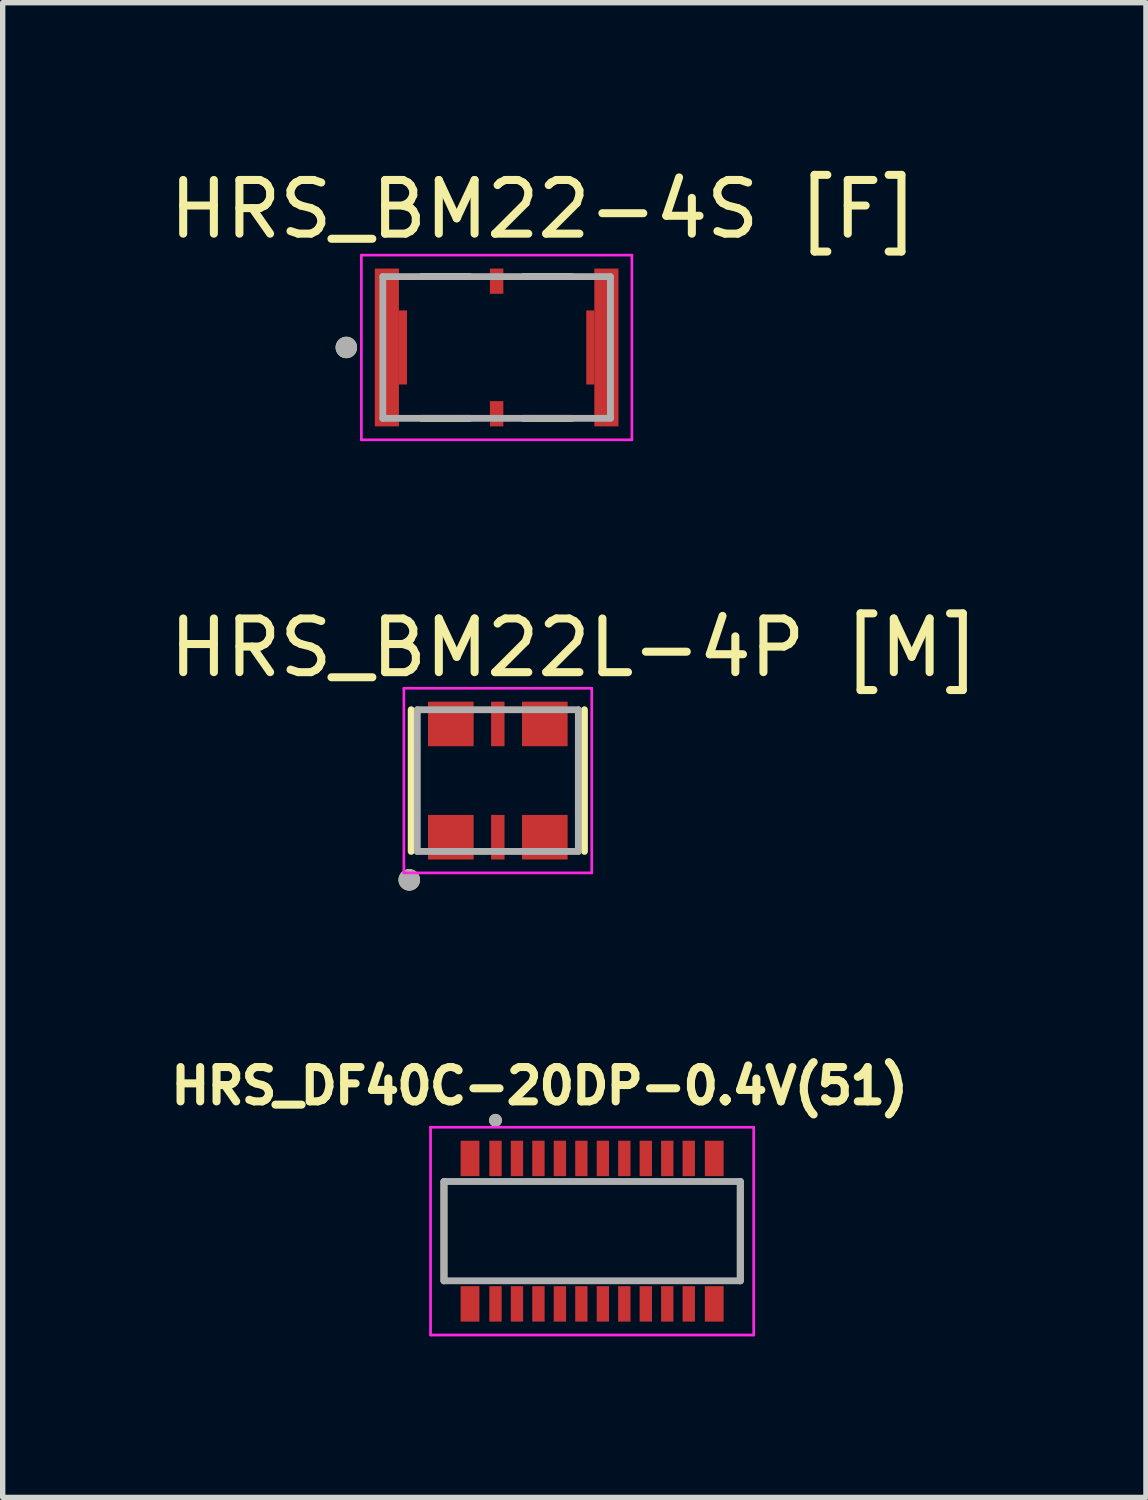
<source format=kicad_pcb>
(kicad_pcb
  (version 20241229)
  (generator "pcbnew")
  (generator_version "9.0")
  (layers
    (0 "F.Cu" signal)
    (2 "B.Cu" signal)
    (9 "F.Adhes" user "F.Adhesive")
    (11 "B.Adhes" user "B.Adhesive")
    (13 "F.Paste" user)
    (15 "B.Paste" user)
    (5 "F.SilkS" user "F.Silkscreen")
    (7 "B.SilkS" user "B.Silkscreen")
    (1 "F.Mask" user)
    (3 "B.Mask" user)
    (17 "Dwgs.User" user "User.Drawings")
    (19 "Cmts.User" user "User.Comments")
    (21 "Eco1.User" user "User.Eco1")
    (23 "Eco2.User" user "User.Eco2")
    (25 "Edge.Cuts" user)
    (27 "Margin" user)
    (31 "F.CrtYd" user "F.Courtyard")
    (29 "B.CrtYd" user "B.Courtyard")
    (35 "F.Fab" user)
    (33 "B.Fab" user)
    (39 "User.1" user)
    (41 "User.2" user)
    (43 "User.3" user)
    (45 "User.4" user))
  (footprint "HRS_BM22L-4P [M]"
    (layer "F.Cu")
    (at 6.224 11.492)
    (property "Reference" "HRS_BM22L-4P [M]" (at 1.425 -2.475 0) (layer "F.SilkS") (effects (font (size 1 1) (thickness 0.15))))
    (attr through_hole)
    (fp_line (start -1.614 1.32) (end -1.614 -1.32) (stroke (width 0.127) (type solid)) (layer "F.SilkS"))
    (fp_line (start 1.614 1.32) (end 1.614 -1.32) (stroke (width 0.127) (type solid)) (layer "F.SilkS"))
    (fp_circle (center -1.65 1.85) (end -1.55 1.85) (stroke (width 0.2) (type solid)) (fill no) (layer "F.SilkS"))
    (fp_poly (pts (xy -1.3 -1.47) (xy -0.45 -1.47) (xy -0.45 -0.89) (xy -1.3 -0.89)) (stroke (width 0.01) (type solid)) (fill yes) (layer "F.Paste"))
    (fp_poly (pts (xy -1.3 0.89) (xy -0.45 0.89) (xy -0.45 1.47) (xy -1.3 1.47)) (stroke (width 0.01) (type solid)) (fill yes) (layer "F.Paste"))
    (fp_poly (pts (xy -0.125 -1.47) (xy 0.125 -1.47) (xy 0.125 -0.89) (xy -0.125 -0.89)) (stroke (width 0.01) (type solid)) (fill yes) (layer "F.Paste"))
    (fp_poly (pts (xy -0.125 0.89) (xy 0.125 0.89) (xy 0.125 1.47) (xy -0.125 1.47)) (stroke (width 0.01) (type solid)) (fill yes) (layer "F.Paste"))
    (fp_poly (pts (xy 0.45 -1.47) (xy 1.3 -1.47) (xy 1.3 -0.89) (xy 0.45 -0.89)) (stroke (width 0.01) (type solid)) (fill yes) (layer "F.Paste"))
    (fp_poly (pts (xy 0.45 0.89) (xy 1.3 0.89) (xy 1.3 1.47) (xy 0.45 1.47)) (stroke (width 0.01) (type solid)) (fill yes) (layer "F.Paste"))
    (fp_line (start -1.75 -1.72) (end 1.75 -1.72) (stroke (width 0.05) (type solid)) (layer "F.CrtYd"))
    (fp_line (start -1.75 1.72) (end -1.75 -1.72) (stroke (width 0.05) (type solid)) (layer "F.CrtYd"))
    (fp_line (start 1.75 -1.72) (end 1.75 1.72) (stroke (width 0.05) (type solid)) (layer "F.CrtYd"))
    (fp_line (start 1.75 1.72) (end -1.75 1.72) (stroke (width 0.05) (type solid)) (layer "F.CrtYd"))
    (fp_line (start -1.5 -1.32) (end 1.5 -1.32) (stroke (width 0.127) (type solid)) (layer "F.Fab"))
    (fp_line (start -1.5 1.32) (end -1.5 -1.32) (stroke (width 0.127) (type solid)) (layer "F.Fab"))
    (fp_line (start 1.5 -1.32) (end 1.5 1.32) (stroke (width 0.127) (type solid)) (layer "F.Fab"))
    (fp_line (start 1.5 1.32) (end -1.5 1.32) (stroke (width 0.127) (type solid)) (layer "F.Fab"))
    (fp_circle (center -1.65 1.85) (end -1.55 1.85) (stroke (width 0.2) (type solid)) (fill no) (layer "F.Fab"))
    (pad "1_1" smd rect (at -0.875 -1.055) (size 0.85 0.83) (layers "F.Cu" "F.Mask"))
    (pad "1_2" smd rect (at -0.875 1.055) (size 0.85 0.83) (layers "F.Cu" "F.Mask"))
    (pad "2_1" smd rect (at 0.875 -1.055) (size 0.85 0.83) (layers "F.Cu" "F.Mask"))
    (pad "2_2" smd rect (at 0.875 1.055) (size 0.85 0.83) (layers "F.Cu" "F.Mask"))
    (pad "3" smd rect (at 0 -1.055) (size 0.25 0.83) (layers "F.Cu" "F.Mask"))
    (pad "4" smd rect (at 0 1.055) (size 0.25 0.83) (layers "F.Cu" "F.Mask")))
  (footprint "HRS_DF40C-20DP-0.4V(51)"
    (layer "F.Cu")
    (at 7.981 19.886)
    (property "Reference" "HRS_DF40C-20DP-0.4V(51)" (at -0.978 -2.706 0) (layer "F.SilkS") (effects (font (size 0.64 0.64) (thickness 0.15))))
    (attr smd)
    (fp_line (start -2.76 0.925) (end -2.76 -0.925) (stroke (width 0.127) (type solid)) (layer "F.SilkS"))
    (fp_line (start 2.76 -0.925) (end 2.76 0.925) (stroke (width 0.127) (type solid)) (layer "F.SilkS"))
    (fp_circle (center -1.8 -2.065) (end -1.74 -2.065) (stroke (width 0.12) (type solid)) (fill no) (layer "F.SilkS"))
    (fp_line (start -3.01 -1.935) (end 3.01 -1.935) (stroke (width 0.05) (type solid)) (layer "F.CrtYd"))
    (fp_line (start -3.01 1.935) (end -3.01 -1.935) (stroke (width 0.05) (type solid)) (layer "F.CrtYd"))
    (fp_line (start 3.01 -1.935) (end 3.01 1.935) (stroke (width 0.05) (type solid)) (layer "F.CrtYd"))
    (fp_line (start 3.01 1.935) (end -3.01 1.935) (stroke (width 0.05) (type solid)) (layer "F.CrtYd"))
    (fp_line (start -2.76 -0.925) (end 2.76 -0.925) (stroke (width 0.127) (type solid)) (layer "F.Fab"))
    (fp_line (start -2.76 0.925) (end -2.76 -0.925) (stroke (width 0.127) (type solid)) (layer "F.Fab"))
    (fp_line (start 2.76 -0.925) (end 2.76 0.925) (stroke (width 0.127) (type solid)) (layer "F.Fab"))
    (fp_line (start 2.76 0.925) (end -2.76 0.925) (stroke (width 0.127) (type solid)) (layer "F.Fab"))
    (fp_circle (center -1.8 -2.065) (end -1.74 -2.065) (stroke (width 0.12) (type solid)) (fill no) (layer "F.Fab"))
    (pad "1" smd rect (at -1.8 -1.355) (size 0.23 0.66) (layers "F.Cu" "F.Mask" "F.Paste"))
    (pad "2" smd rect (at -1.8 1.355) (size 0.23 0.66) (layers "F.Cu" "F.Mask" "F.Paste"))
    (pad "3" smd rect (at -1.4 -1.355) (size 0.23 0.66) (layers "F.Cu" "F.Mask" "F.Paste"))
    (pad "4" smd rect (at -1.4 1.355) (size 0.23 0.66) (layers "F.Cu" "F.Mask" "F.Paste"))
    (pad "5" smd rect (at -1 -1.355) (size 0.23 0.66) (layers "F.Cu" "F.Mask" "F.Paste"))
    (pad "6" smd rect (at -1 1.355) (size 0.23 0.66) (layers "F.Cu" "F.Mask" "F.Paste"))
    (pad "7" smd rect (at -0.6 -1.355) (size 0.23 0.66) (layers "F.Cu" "F.Mask" "F.Paste"))
    (pad "8" smd rect (at -0.6 1.355) (size 0.23 0.66) (layers "F.Cu" "F.Mask" "F.Paste"))
    (pad "9" smd rect (at -0.2 -1.355) (size 0.23 0.66) (layers "F.Cu" "F.Mask" "F.Paste"))
    (pad "10" smd rect (at -0.2 1.355) (size 0.23 0.66) (layers "F.Cu" "F.Mask" "F.Paste"))
    (pad "11" smd rect (at 0.2 -1.355) (size 0.23 0.66) (layers "F.Cu" "F.Mask" "F.Paste"))
    (pad "12" smd rect (at 0.2 1.355) (size 0.23 0.66) (layers "F.Cu" "F.Mask" "F.Paste"))
    (pad "13" smd rect (at 0.6 -1.355) (size 0.23 0.66) (layers "F.Cu" "F.Mask" "F.Paste"))
    (pad "14" smd rect (at 0.6 1.355) (size 0.23 0.66) (layers "F.Cu" "F.Mask" "F.Paste"))
    (pad "15" smd rect (at 1 -1.355) (size 0.23 0.66) (layers "F.Cu" "F.Mask" "F.Paste"))
    (pad "16" smd rect (at 1 1.355) (size 0.23 0.66) (layers "F.Cu" "F.Mask" "F.Paste"))
    (pad "17" smd rect (at 1.4 -1.355) (size 0.23 0.66) (layers "F.Cu" "F.Mask" "F.Paste"))
    (pad "18" smd rect (at 1.4 1.355) (size 0.23 0.66) (layers "F.Cu" "F.Mask" "F.Paste"))
    (pad "19" smd rect (at 1.8 -1.355) (size 0.23 0.66) (layers "F.Cu" "F.Mask" "F.Paste"))
    (pad "20" smd rect (at 1.8 1.355) (size 0.23 0.66) (layers "F.Cu" "F.Mask" "F.Paste"))
    (pad "S1" smd rect (at -2.275 -1.355) (size 0.35 0.66) (layers "F.Cu" "F.Mask" "F.Paste"))
    (pad "S2" smd rect (at -2.275 1.355) (size 0.35 0.66) (layers "F.Cu" "F.Mask" "F.Paste"))
    (pad "S3" smd rect (at 2.275 -1.355) (size 0.35 0.66) (layers "F.Cu" "F.Mask" "F.Paste"))
    (pad "S4" smd rect (at 2.275 1.355) (size 0.35 0.66) (layers "F.Cu" "F.Mask" "F.Paste")))
  (footprint "HRS_BM22-4S [F]"
    (layer "F.Cu")
    (at 6.202 3.423)
    (property "Reference" "HRS_BM22-4S [F]" (at 0.875 -2.575 0) (layer "F.SilkS") (effects (font (size 1 1) (thickness 0.15))))
    (attr through_hole)
    (fp_line (start -0.5 -1.32) (end -1.4 -1.32) (stroke (width 0.127) (type solid)) (layer "F.SilkS"))
    (fp_line (start -0.5 1.32) (end -1.4 1.32) (stroke (width 0.127) (type solid)) (layer "F.SilkS"))
    (fp_line (start 1.4 -1.32) (end 0.5 -1.32) (stroke (width 0.127) (type solid)) (layer "F.SilkS"))
    (fp_line (start 1.4 1.32) (end 0.5 1.32) (stroke (width 0.127) (type solid)) (layer "F.SilkS"))
    (fp_circle (center -2.8 0) (end -2.7 0) (stroke (width 0.2) (type solid)) (fill no) (layer "F.SilkS"))
    (fp_poly (pts (xy -2.27 -1.47) (xy -2 -1.47) (xy -2 1.47) (xy -2.27 1.47)) (stroke (width 0.01) (type solid)) (fill yes) (layer "F.Paste"))
    (fp_poly (pts (xy -0.125 -1.47) (xy 0.125 -1.47) (xy 0.125 -1.07) (xy -0.125 -1.07)) (stroke (width 0.01) (type solid)) (fill yes) (layer "F.Paste"))
    (fp_poly (pts (xy -0.125 1.07) (xy 0.125 1.07) (xy 0.125 1.47) (xy -0.125 1.47)) (stroke (width 0.01) (type solid)) (fill yes) (layer "F.Paste"))
    (fp_poly (pts (xy 2 -1.47) (xy 2.27 -1.47) (xy 2.27 1.47) (xy 2 1.47)) (stroke (width 0.01) (type solid)) (fill yes) (layer "F.Paste"))
    (fp_line (start -2.52 -1.72) (end 2.52 -1.72) (stroke (width 0.05) (type solid)) (layer "F.CrtYd"))
    (fp_line (start -2.52 1.72) (end -2.52 -1.72) (stroke (width 0.05) (type solid)) (layer "F.CrtYd"))
    (fp_line (start 2.52 -1.72) (end 2.52 1.72) (stroke (width 0.05) (type solid)) (layer "F.CrtYd"))
    (fp_line (start 2.52 1.72) (end -2.52 1.72) (stroke (width 0.05) (type solid)) (layer "F.CrtYd"))
    (fp_line (start -2.12 -1.32) (end 2.12 -1.32) (stroke (width 0.127) (type solid)) (layer "F.Fab"))
    (fp_line (start -2.12 1.32) (end -2.12 -1.32) (stroke (width 0.127) (type solid)) (layer "F.Fab"))
    (fp_line (start 2.12 -1.32) (end 2.12 1.32) (stroke (width 0.127) (type solid)) (layer "F.Fab"))
    (fp_line (start 2.12 1.32) (end -2.12 1.32) (stroke (width 0.127) (type solid)) (layer "F.Fab"))
    (fp_circle (center -2.8 0) (end -2.7 0) (stroke (width 0.2) (type solid)) (fill no) (layer "F.Fab"))
    (pad "1" smd rect (at -2.045 0 180) (size 0.45 2.94) (layers "F.Cu" "F.Mask"))
    (pad "1_2" smd rect (at -1.745 0 180) (size 0.15 1.38) (layers "F.Cu" "F.Mask"))
    (pad "2" smd rect (at 2.045 0 180) (size 0.45 2.94) (layers "F.Cu" "F.Mask"))
    (pad "2_2" smd rect (at 1.745 0 180) (size 0.15 1.38) (layers "F.Cu" "F.Mask"))
    (pad "3" smd rect (at 0 1.235 180) (size 0.25 0.47) (layers "F.Cu" "F.Mask"))
    (pad "4" smd rect (at 0 -1.235 180) (size 0.25 0.47) (layers "F.Cu" "F.Mask"))
    (zone (net_name "") (layer "F.Cu") (hatch full 0.508) (connect_pads) (min_thickness 0.01) (filled_areas_thickness no) (keepout (tracks not_allowed) (vias not_allowed) (pads not_allowed) (copperpour not_allowed) (footprints allowed)) (placement (enabled no)) (fill) (polygon (pts (xy 4.382 2.403) (xy 5.802 2.403) (xy 5.802 2.733) (xy 4.382 2.733))))
    (zone (net_name "") (layer "F.Cu") (hatch full 0.508) (connect_pads) (min_thickness 0.01) (filled_areas_thickness no) (keepout (tracks not_allowed) (vias not_allowed) (pads not_allowed) (copperpour not_allowed) (footprints allowed)) (placement (enabled no)) (fill) (polygon (pts (xy 4.382 4.113) (xy 5.802 4.113) (xy 5.802 4.443) (xy 4.382 4.443))))
    (zone (net_name "") (layer "F.Cu") (hatch full 0.508) (connect_pads) (min_thickness 0.01) (filled_areas_thickness no) (keepout (tracks not_allowed) (vias not_allowed) (pads not_allowed) (copperpour not_allowed) (footprints allowed)) (placement (enabled no)) (fill) (polygon (pts (xy 4.532 2.733) (xy 5.802 2.733) (xy 5.802 2.903) (xy 4.532 2.903))))
    (zone (net_name "") (layer "F.Cu") (hatch full 0.508) (connect_pads) (min_thickness 0.01) (filled_areas_thickness no) (keepout (tracks not_allowed) (vias not_allowed) (pads not_allowed) (copperpour not_allowed) (footprints allowed)) (placement (enabled no)) (fill) (polygon (pts (xy 4.532 3.943) (xy 5.802 3.943) (xy 5.802 4.113) (xy 4.532 4.113))))
    (zone (net_name "") (layer "F.Cu") (hatch full 0.508) (connect_pads) (min_thickness 0.01) (filled_areas_thickness no) (keepout (tracks not_allowed) (vias not_allowed) (pads not_allowed) (copperpour not_allowed) (footprints allowed)) (placement (enabled no)) (fill) (polygon (pts (xy 6.077 2.423) (xy 6.327 2.423) (xy 6.327 3.283) (xy 6.077 3.283))))
    (zone (net_name "") (layer "F.Cu") (hatch full 0.508) (connect_pads) (min_thickness 0.01) (filled_areas_thickness no) (keepout (tracks not_allowed) (vias not_allowed) (pads not_allowed) (copperpour not_allowed) (footprints allowed)) (placement (enabled no)) (fill) (polygon (pts (xy 6.077 3.563) (xy 6.327 3.563) (xy 6.327 4.423) (xy 6.077 4.423))))
    (zone (net_name "") (layer "F.Cu") (hatch full 0.508) (connect_pads) (min_thickness 0.01) (filled_areas_thickness no) (keepout (tracks not_allowed) (vias not_allowed) (pads not_allowed) (copperpour not_allowed) (footprints allowed)) (placement (enabled no)) (fill) (polygon (pts (xy 6.602 2.403) (xy 8.022 2.403) (xy 8.022 2.733) (xy 6.602 2.733))))
    (zone (net_name "") (layer "F.Cu") (hatch full 0.508) (connect_pads) (min_thickness 0.01) (filled_areas_thickness no) (keepout (tracks not_allowed) (vias not_allowed) (pads not_allowed) (copperpour not_allowed) (footprints allowed)) (placement (enabled no)) (fill) (polygon (pts (xy 6.602 2.733) (xy 7.872 2.733) (xy 7.872 2.903) (xy 6.602 2.903))))
    (zone (net_name "") (layer "F.Cu") (hatch full 0.508) (connect_pads) (min_thickness 0.01) (filled_areas_thickness no) (keepout (tracks not_allowed) (vias not_allowed) (pads not_allowed) (copperpour not_allowed) (footprints allowed)) (placement (enabled no)) (fill) (polygon (pts (xy 6.602 3.943) (xy 7.872 3.943) (xy 7.872 4.113) (xy 6.602 4.113))))
    (zone (net_name "") (layer "F.Cu") (hatch full 0.508) (connect_pads) (min_thickness 0.01) (filled_areas_thickness no) (keepout (tracks not_allowed) (vias not_allowed) (pads not_allowed) (copperpour not_allowed) (footprints allowed)) (placement (enabled no)) (fill) (polygon (pts (xy 6.602 4.113) (xy 8.022 4.113) (xy 8.022 4.443) (xy 6.602 4.443))))
    (zone (net_name "") (layers "F.Cu" "B.Cu") (hatch full 0.508) (connect_pads) (min_thickness 0.01) (filled_areas_thickness no) (keepout (tracks allowed) (vias not_allowed) (pads allowed) (copperpour allowed) (footprints allowed)) (placement (enabled no)) (fill) (polygon (pts (xy 4.382 2.403) (xy 5.802 2.403) (xy 5.802 2.733) (xy 4.382 2.733))))
    (zone (net_name "") (layers "F.Cu" "B.Cu") (hatch full 0.508) (connect_pads) (min_thickness 0.01) (filled_areas_thickness no) (keepout (tracks allowed) (vias not_allowed) (pads allowed) (copperpour allowed) (footprints allowed)) (placement (enabled no)) (fill) (polygon (pts (xy 4.382 4.113) (xy 5.802 4.113) (xy 5.802 4.443) (xy 4.382 4.443))))
    (zone (net_name "") (layers "F.Cu" "B.Cu") (hatch full 0.508) (connect_pads) (min_thickness 0.01) (filled_areas_thickness no) (keepout (tracks allowed) (vias not_allowed) (pads allowed) (copperpour allowed) (footprints allowed)) (placement (enabled no)) (fill) (polygon (pts (xy 4.532 2.733) (xy 5.802 2.733) (xy 5.802 2.903) (xy 4.532 2.903))))
    (zone (net_name "") (layers "F.Cu" "B.Cu") (hatch full 0.508) (connect_pads) (min_thickness 0.01) (filled_areas_thickness no) (keepout (tracks allowed) (vias not_allowed) (pads allowed) (copperpour allowed) (footprints allowed)) (placement (enabled no)) (fill) (polygon (pts (xy 4.532 3.943) (xy 5.802 3.943) (xy 5.802 4.113) (xy 4.532 4.113))))
    (zone (net_name "") (layers "F.Cu" "B.Cu") (hatch full 0.508) (connect_pads) (min_thickness 0.01) (filled_areas_thickness no) (keepout (tracks allowed) (vias not_allowed) (pads allowed) (copperpour allowed) (footprints allowed)) (placement (enabled no)) (fill) (polygon (pts (xy 6.077 2.423) (xy 6.327 2.423) (xy 6.327 3.283) (xy 6.077 3.283))))
    (zone (net_name "") (layers "F.Cu" "B.Cu") (hatch full 0.508) (connect_pads) (min_thickness 0.01) (filled_areas_thickness no) (keepout (tracks allowed) (vias not_allowed) (pads allowed) (copperpour allowed) (footprints allowed)) (placement (enabled no)) (fill) (polygon (pts (xy 6.077 3.563) (xy 6.327 3.563) (xy 6.327 4.423) (xy 6.077 4.423))))
    (zone (net_name "") (layers "F.Cu" "B.Cu") (hatch full 0.508) (connect_pads) (min_thickness 0.01) (filled_areas_thickness no) (keepout (tracks allowed) (vias not_allowed) (pads allowed) (copperpour allowed) (footprints allowed)) (placement (enabled no)) (fill) (polygon (pts (xy 6.602 2.403) (xy 8.022 2.403) (xy 8.022 2.733) (xy 6.602 2.733))))
    (zone (net_name "") (layers "F.Cu" "B.Cu") (hatch full 0.508) (connect_pads) (min_thickness 0.01) (filled_areas_thickness no) (keepout (tracks allowed) (vias not_allowed) (pads allowed) (copperpour allowed) (footprints allowed)) (placement (enabled no)) (fill) (polygon (pts (xy 6.602 2.733) (xy 7.872 2.733) (xy 7.872 2.903) (xy 6.602 2.903))))
    (zone (net_name "") (layers "F.Cu" "B.Cu") (hatch full 0.508) (connect_pads) (min_thickness 0.01) (filled_areas_thickness no) (keepout (tracks allowed) (vias not_allowed) (pads allowed) (copperpour allowed) (footprints allowed)) (placement (enabled no)) (fill) (polygon (pts (xy 6.602 3.943) (xy 7.872 3.943) (xy 7.872 4.113) (xy 6.602 4.113))))
    (zone (net_name "") (layers "F.Cu" "B.Cu") (hatch full 0.508) (connect_pads) (min_thickness 0.01) (filled_areas_thickness no) (keepout (tracks allowed) (vias not_allowed) (pads allowed) (copperpour allowed) (footprints allowed)) (placement (enabled no)) (fill) (polygon (pts (xy 6.602 4.113) (xy 8.022 4.113) (xy 8.022 4.443) (xy 6.602 4.443)))))
  (gr_rect
    (start -3 -3)
    (end 18.298 24.846)
    (stroke (width 0.1) (type default))
    (fill no)
    (layer "Edge.Cuts")))
</source>
